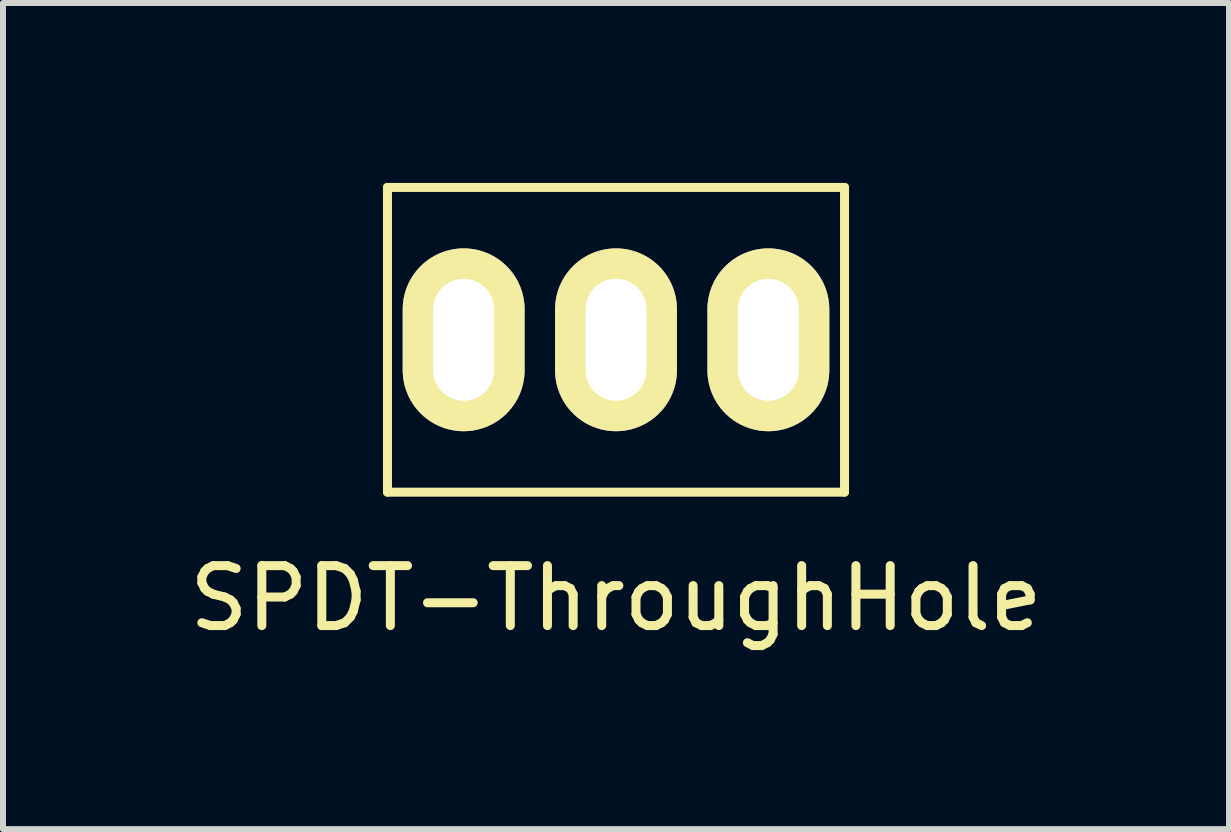
<source format=kicad_pcb>
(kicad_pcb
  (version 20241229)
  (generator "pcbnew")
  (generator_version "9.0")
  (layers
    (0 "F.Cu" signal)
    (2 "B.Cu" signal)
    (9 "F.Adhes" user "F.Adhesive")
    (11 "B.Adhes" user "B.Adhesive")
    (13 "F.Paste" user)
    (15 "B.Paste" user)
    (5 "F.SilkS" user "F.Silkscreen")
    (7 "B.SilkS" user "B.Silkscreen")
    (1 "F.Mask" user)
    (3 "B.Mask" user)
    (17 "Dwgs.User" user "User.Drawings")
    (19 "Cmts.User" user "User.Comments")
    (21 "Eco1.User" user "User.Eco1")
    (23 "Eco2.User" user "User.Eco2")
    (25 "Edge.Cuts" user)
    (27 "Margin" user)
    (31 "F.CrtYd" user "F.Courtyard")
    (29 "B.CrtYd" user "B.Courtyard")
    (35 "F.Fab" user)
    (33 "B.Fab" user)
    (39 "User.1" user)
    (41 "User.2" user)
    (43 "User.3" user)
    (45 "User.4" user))
  (footprint "SPDT-ThroughHole"
    (layer "F.Cu")
    (at 7.22 2.615)
    (property "Reference" "SPDT-ThroughHole" (at 0 4.31 0) (layer "F.SilkS") (effects (font (size 1 1) (thickness 0.15))))
    (attr through_hole)
    (fp_line (start -3.81 -2.54) (end -3.81 2.54) (stroke (width 0.15) (type solid)) (layer "F.SilkS"))
    (fp_line (start -3.81 2.54) (end 3.81 2.54) (stroke (width 0.15) (type solid)) (layer "F.SilkS"))
    (fp_line (start 3.81 -2.54) (end -3.81 -2.54) (stroke (width 0.15) (type solid)) (layer "F.SilkS"))
    (fp_line (start 3.81 2.54) (end 3.81 -2.54) (stroke (width 0.15) (type solid)) (layer "F.SilkS"))
    (pad "1" thru_hole oval (at -2.54 0) (size 2.032 3.048) (drill oval 1.016 2.032) (layers "*.Cu" "*.Mask" "F.SilkS"))
    (pad "2" thru_hole oval (at 0 0) (size 2.032 3.048) (drill oval 1.016 2.032) (layers "*.Cu" "*.Mask" "F.SilkS"))
    (pad "3" thru_hole oval (at 2.54 0) (size 2.032 3.048) (drill oval 1.016 2.032) (layers "*.Cu" "*.Mask" "F.SilkS")))
  (gr_rect
    (start -3 -3)
    (end 17.44 10.773)
    (stroke (width 0.1) (type default))
    (fill no)
    (layer "Edge.Cuts")))
</source>
